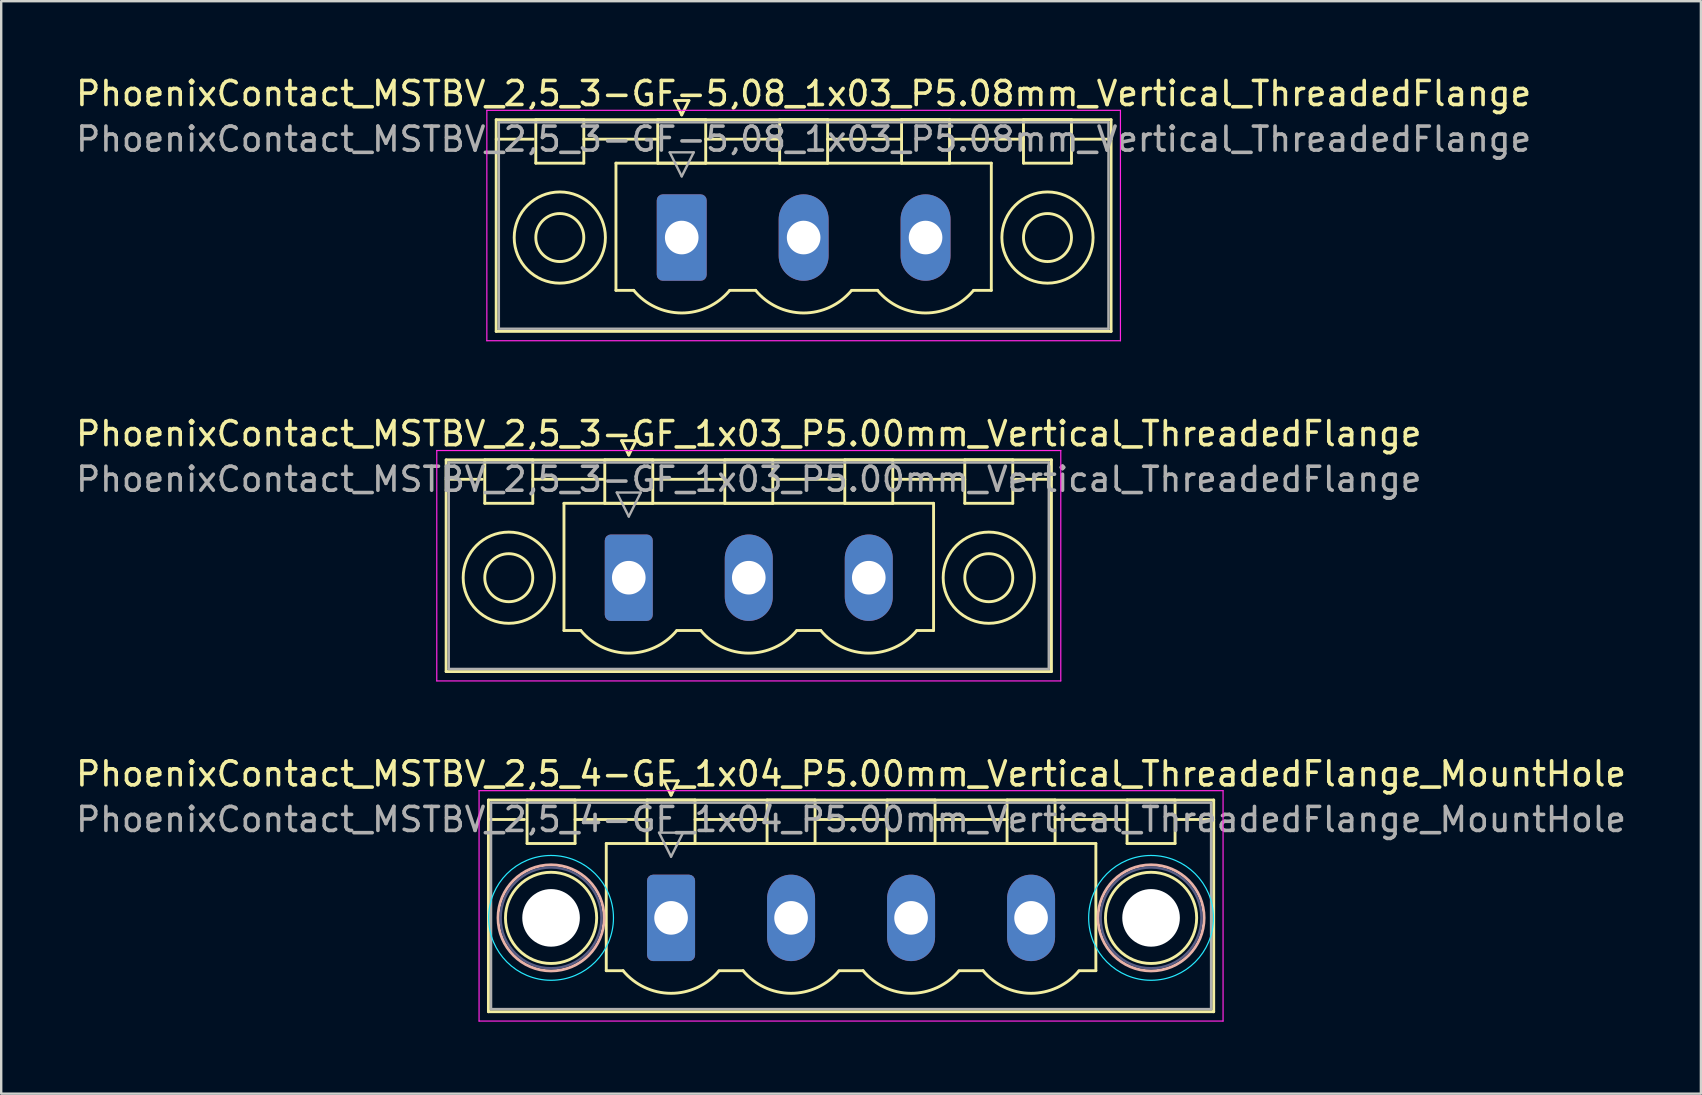
<source format=kicad_pcb>
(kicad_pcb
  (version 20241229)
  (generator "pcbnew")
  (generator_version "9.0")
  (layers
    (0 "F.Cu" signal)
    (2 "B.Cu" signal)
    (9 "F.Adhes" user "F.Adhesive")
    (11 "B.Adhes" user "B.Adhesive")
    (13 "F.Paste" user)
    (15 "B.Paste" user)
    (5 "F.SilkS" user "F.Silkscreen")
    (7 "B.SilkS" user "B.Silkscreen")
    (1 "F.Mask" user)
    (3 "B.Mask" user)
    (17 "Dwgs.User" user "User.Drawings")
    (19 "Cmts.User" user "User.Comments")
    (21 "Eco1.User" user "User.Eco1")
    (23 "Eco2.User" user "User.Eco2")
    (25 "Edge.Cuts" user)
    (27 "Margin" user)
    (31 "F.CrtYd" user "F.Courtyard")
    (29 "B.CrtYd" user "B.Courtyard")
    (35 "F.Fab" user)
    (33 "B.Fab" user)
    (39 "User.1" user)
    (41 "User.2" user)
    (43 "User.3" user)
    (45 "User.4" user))
  (footprint "PhoenixContact_MSTBV_2,5_3-GF-5,08_1x03_P5.08mm_Vertical_ThreadedFlange"
    (layer "F.Cu")
    (at 25.355 6.848)
    (property "Reference" "PhoenixContact_MSTBV_2,5_3-GF-5,08_1x03_P5.08mm_Vertical_ThreadedFlange" (at 5.08 -6 0) (layer "F.SilkS") (effects (font (size 1 1) (thickness 0.15))))
    (attr through_hole)
    (fp_line (start -7.73 -4.91) (end -7.73 3.91) (stroke (width 0.12) (type solid)) (layer "F.SilkS"))
    (fp_line (start -7.73 -4.1) (end -6.19 -4.1) (stroke (width 0.12) (type solid)) (layer "F.SilkS"))
    (fp_line (start -7.73 3.91) (end 17.89 3.91) (stroke (width 0.12) (type solid)) (layer "F.SilkS"))
    (fp_line (start -6.08 -4.91) (end -4.08 -4.91) (stroke (width 0.12) (type solid)) (layer "F.SilkS"))
    (fp_line (start -6.08 -3.1) (end -6.08 -4.91) (stroke (width 0.12) (type solid)) (layer "F.SilkS"))
    (fp_line (start -4.08 -4.91) (end -4.08 -3.1) (stroke (width 0.12) (type solid)) (layer "F.SilkS"))
    (fp_line (start -4.08 -4.1) (end -1 -4.1) (stroke (width 0.12) (type solid)) (layer "F.SilkS"))
    (fp_line (start -4.08 -3.1) (end -6.08 -3.1) (stroke (width 0.12) (type solid)) (layer "F.SilkS"))
    (fp_line (start -2.74 -3.1) (end 12.9 -3.1) (stroke (width 0.12) (type solid)) (layer "F.SilkS"))
    (fp_line (start -2.74 2.2) (end -2.74 -3.1) (stroke (width 0.12) (type solid)) (layer "F.SilkS"))
    (fp_line (start -2 2.2) (end -2.74 2.2) (stroke (width 0.12) (type solid)) (layer "F.SilkS"))
    (fp_line (start -1 -4.91) (end 1 -4.91) (stroke (width 0.12) (type solid)) (layer "F.SilkS"))
    (fp_line (start -1 -3.1) (end -1 -4.91) (stroke (width 0.12) (type solid)) (layer "F.SilkS"))
    (fp_line (start -0.3 -5.71) (end 0.3 -5.71) (stroke (width 0.12) (type solid)) (layer "F.SilkS"))
    (fp_line (start 0 -5.11) (end -0.3 -5.71) (stroke (width 0.12) (type solid)) (layer "F.SilkS"))
    (fp_line (start 0.3 -5.71) (end 0 -5.11) (stroke (width 0.12) (type solid)) (layer "F.SilkS"))
    (fp_line (start 1 -4.91) (end 1 -3.1) (stroke (width 0.12) (type solid)) (layer "F.SilkS"))
    (fp_line (start 1 -4.1) (end 4.08 -4.1) (stroke (width 0.12) (type solid)) (layer "F.SilkS"))
    (fp_line (start 1 -3.1) (end -1 -3.1) (stroke (width 0.12) (type solid)) (layer "F.SilkS"))
    (fp_line (start 2 2.2) (end 3.08 2.2) (stroke (width 0.12) (type solid)) (layer "F.SilkS"))
    (fp_line (start 4.08 -4.91) (end 6.08 -4.91) (stroke (width 0.12) (type solid)) (layer "F.SilkS"))
    (fp_line (start 4.08 -3.1) (end 4.08 -4.91) (stroke (width 0.12) (type solid)) (layer "F.SilkS"))
    (fp_line (start 6.08 -4.91) (end 6.08 -3.1) (stroke (width 0.12) (type solid)) (layer "F.SilkS"))
    (fp_line (start 6.08 -4.1) (end 9.16 -4.1) (stroke (width 0.12) (type solid)) (layer "F.SilkS"))
    (fp_line (start 6.08 -3.1) (end 4.08 -3.1) (stroke (width 0.12) (type solid)) (layer "F.SilkS"))
    (fp_line (start 7.08 2.2) (end 8.16 2.2) (stroke (width 0.12) (type solid)) (layer "F.SilkS"))
    (fp_line (start 9.16 -4.91) (end 11.16 -4.91) (stroke (width 0.12) (type solid)) (layer "F.SilkS"))
    (fp_line (start 9.16 -3.1) (end 9.16 -4.91) (stroke (width 0.12) (type solid)) (layer "F.SilkS"))
    (fp_line (start 11.16 -4.91) (end 11.16 -3.1) (stroke (width 0.12) (type solid)) (layer "F.SilkS"))
    (fp_line (start 11.16 -4.1) (end 14.24 -4.1) (stroke (width 0.12) (type solid)) (layer "F.SilkS"))
    (fp_line (start 11.16 -3.1) (end 9.16 -3.1) (stroke (width 0.12) (type solid)) (layer "F.SilkS"))
    (fp_line (start 12.9 -3.1) (end 12.9 2.2) (stroke (width 0.12) (type solid)) (layer "F.SilkS"))
    (fp_line (start 12.9 2.2) (end 12.16 2.2) (stroke (width 0.12) (type solid)) (layer "F.SilkS"))
    (fp_line (start 14.24 -4.91) (end 16.24 -4.91) (stroke (width 0.12) (type solid)) (layer "F.SilkS"))
    (fp_line (start 14.24 -3.1) (end 14.24 -4.91) (stroke (width 0.12) (type solid)) (layer "F.SilkS"))
    (fp_line (start 16.24 -4.91) (end 16.24 -3.1) (stroke (width 0.12) (type solid)) (layer "F.SilkS"))
    (fp_line (start 16.24 -3.1) (end 14.24 -3.1) (stroke (width 0.12) (type solid)) (layer "F.SilkS"))
    (fp_line (start 17.89 -4.91) (end -7.73 -4.91) (stroke (width 0.12) (type solid)) (layer "F.SilkS"))
    (fp_line (start 17.89 -4.1) (end 16.35 -4.1) (stroke (width 0.12) (type solid)) (layer "F.SilkS"))
    (fp_line (start 17.89 3.91) (end 17.89 -4.91) (stroke (width 0.12) (type solid)) (layer "F.SilkS"))
    (fp_arc (start 1.986842 2.215821) (mid -0.010289 3.142758) (end -2 2.2) (stroke (width 0.12) (type solid)) (layer "F.SilkS"))
    (fp_arc (start 7.066842 2.215821) (mid 5.069711 3.142758) (end 3.08 2.2) (stroke (width 0.12) (type solid)) (layer "F.SilkS"))
    (fp_arc (start 12.146842 2.215821) (mid 10.149711 3.142758) (end 8.16 2.2) (stroke (width 0.12) (type solid)) (layer "F.SilkS"))
    (fp_circle (center -5.08 0) (end -4.08 0) (stroke (width 0.12) (type solid)) (fill no) (layer "F.SilkS"))
    (fp_circle (center -5.08 0) (end -3.18 0) (stroke (width 0.12) (type solid)) (fill no) (layer "F.SilkS"))
    (fp_circle (center 15.24 0) (end 16.24 0) (stroke (width 0.12) (type solid)) (fill no) (layer "F.SilkS"))
    (fp_circle (center 15.24 0) (end 17.14 0) (stroke (width 0.12) (type solid)) (fill no) (layer "F.SilkS"))
    (fp_line (start -8.12 -5.3) (end -8.12 4.3) (stroke (width 0.05) (type solid)) (layer "F.CrtYd"))
    (fp_line (start -8.12 4.3) (end 18.28 4.3) (stroke (width 0.05) (type solid)) (layer "F.CrtYd"))
    (fp_line (start 18.28 -5.3) (end -8.12 -5.3) (stroke (width 0.05) (type solid)) (layer "F.CrtYd"))
    (fp_line (start 18.28 4.3) (end 18.28 -5.3) (stroke (width 0.05) (type solid)) (layer "F.CrtYd"))
    (fp_line (start -7.62 -4.8) (end -7.62 3.8) (stroke (width 0.1) (type solid)) (layer "F.Fab"))
    (fp_line (start -7.62 3.8) (end 17.78 3.8) (stroke (width 0.1) (type solid)) (layer "F.Fab"))
    (fp_line (start -0.5 -3.55) (end 0.5 -3.55) (stroke (width 0.1) (type solid)) (layer "F.Fab"))
    (fp_line (start 0 -2.55) (end -0.5 -3.55) (stroke (width 0.1) (type solid)) (layer "F.Fab"))
    (fp_line (start 0.5 -3.55) (end 0 -2.55) (stroke (width 0.1) (type solid)) (layer "F.Fab"))
    (fp_line (start 17.78 -4.8) (end -7.62 -4.8) (stroke (width 0.1) (type solid)) (layer "F.Fab"))
    (fp_line (start 17.78 3.8) (end 17.78 -4.8) (stroke (width 0.1) (type solid)) (layer "F.Fab"))
    (fp_text user "${REFERENCE}" (at 5.08 -4.1 0) (layer "F.Fab") (effects (font (size 1 1) (thickness 0.15))))
    (pad "1" thru_hole roundrect (at 0 0) (size 2.08 3.6) (drill 1.4) (layers "*.Cu" "*.Mask") (roundrect_rratio 0.12))
    (pad "2" thru_hole oval (at 5.08 0) (size 2.08 3.6) (drill 1.4) (layers "*.Cu" "*.Mask"))
    (pad "3" thru_hole oval (at 10.16 0) (size 2.08 3.6) (drill 1.4) (layers "*.Cu" "*.Mask")))
  (footprint "PhoenixContact_MSTBV_2,5_3-GF_1x03_P5.00mm_Vertical_ThreadedFlange"
    (layer "F.Cu")
    (at 23.149 21.021)
    (property "Reference" "PhoenixContact_MSTBV_2,5_3-GF_1x03_P5.00mm_Vertical_ThreadedFlange" (at 5 -6 0) (layer "F.SilkS") (effects (font (size 1 1) (thickness 0.15))))
    (attr through_hole)
    (fp_line (start -7.61 -4.91) (end -7.61 3.91) (stroke (width 0.12) (type solid)) (layer "F.SilkS"))
    (fp_line (start -7.61 -4.1) (end -6.11 -4.1) (stroke (width 0.12) (type solid)) (layer "F.SilkS"))
    (fp_line (start -7.61 3.91) (end 17.61 3.91) (stroke (width 0.12) (type solid)) (layer "F.SilkS"))
    (fp_line (start -6 -4.91) (end -4 -4.91) (stroke (width 0.12) (type solid)) (layer "F.SilkS"))
    (fp_line (start -6 -3.1) (end -6 -4.91) (stroke (width 0.12) (type solid)) (layer "F.SilkS"))
    (fp_line (start -4 -4.91) (end -4 -3.1) (stroke (width 0.12) (type solid)) (layer "F.SilkS"))
    (fp_line (start -4 -4.1) (end -1 -4.1) (stroke (width 0.12) (type solid)) (layer "F.SilkS"))
    (fp_line (start -4 -3.1) (end -6 -3.1) (stroke (width 0.12) (type solid)) (layer "F.SilkS"))
    (fp_line (start -2.7 -3.1) (end 12.7 -3.1) (stroke (width 0.12) (type solid)) (layer "F.SilkS"))
    (fp_line (start -2.7 2.2) (end -2.7 -3.1) (stroke (width 0.12) (type solid)) (layer "F.SilkS"))
    (fp_line (start -2 2.2) (end -2.7 2.2) (stroke (width 0.12) (type solid)) (layer "F.SilkS"))
    (fp_line (start -1 -4.91) (end 1 -4.91) (stroke (width 0.12) (type solid)) (layer "F.SilkS"))
    (fp_line (start -1 -3.1) (end -1 -4.91) (stroke (width 0.12) (type solid)) (layer "F.SilkS"))
    (fp_line (start -0.3 -5.71) (end 0.3 -5.71) (stroke (width 0.12) (type solid)) (layer "F.SilkS"))
    (fp_line (start 0 -5.11) (end -0.3 -5.71) (stroke (width 0.12) (type solid)) (layer "F.SilkS"))
    (fp_line (start 0.3 -5.71) (end 0 -5.11) (stroke (width 0.12) (type solid)) (layer "F.SilkS"))
    (fp_line (start 1 -4.91) (end 1 -3.1) (stroke (width 0.12) (type solid)) (layer "F.SilkS"))
    (fp_line (start 1 -4.1) (end 4 -4.1) (stroke (width 0.12) (type solid)) (layer "F.SilkS"))
    (fp_line (start 1 -3.1) (end -1 -3.1) (stroke (width 0.12) (type solid)) (layer "F.SilkS"))
    (fp_line (start 2 2.2) (end 3 2.2) (stroke (width 0.12) (type solid)) (layer "F.SilkS"))
    (fp_line (start 4 -4.91) (end 6 -4.91) (stroke (width 0.12) (type solid)) (layer "F.SilkS"))
    (fp_line (start 4 -3.1) (end 4 -4.91) (stroke (width 0.12) (type solid)) (layer "F.SilkS"))
    (fp_line (start 6 -4.91) (end 6 -3.1) (stroke (width 0.12) (type solid)) (layer "F.SilkS"))
    (fp_line (start 6 -4.1) (end 9 -4.1) (stroke (width 0.12) (type solid)) (layer "F.SilkS"))
    (fp_line (start 6 -3.1) (end 4 -3.1) (stroke (width 0.12) (type solid)) (layer "F.SilkS"))
    (fp_line (start 7 2.2) (end 8 2.2) (stroke (width 0.12) (type solid)) (layer "F.SilkS"))
    (fp_line (start 9 -4.91) (end 11 -4.91) (stroke (width 0.12) (type solid)) (layer "F.SilkS"))
    (fp_line (start 9 -3.1) (end 9 -4.91) (stroke (width 0.12) (type solid)) (layer "F.SilkS"))
    (fp_line (start 11 -4.91) (end 11 -3.1) (stroke (width 0.12) (type solid)) (layer "F.SilkS"))
    (fp_line (start 11 -4.1) (end 14 -4.1) (stroke (width 0.12) (type solid)) (layer "F.SilkS"))
    (fp_line (start 11 -3.1) (end 9 -3.1) (stroke (width 0.12) (type solid)) (layer "F.SilkS"))
    (fp_line (start 12.7 -3.1) (end 12.7 2.2) (stroke (width 0.12) (type solid)) (layer "F.SilkS"))
    (fp_line (start 12.7 2.2) (end 12 2.2) (stroke (width 0.12) (type solid)) (layer "F.SilkS"))
    (fp_line (start 14 -4.91) (end 16 -4.91) (stroke (width 0.12) (type solid)) (layer "F.SilkS"))
    (fp_line (start 14 -3.1) (end 14 -4.91) (stroke (width 0.12) (type solid)) (layer "F.SilkS"))
    (fp_line (start 16 -4.91) (end 16 -3.1) (stroke (width 0.12) (type solid)) (layer "F.SilkS"))
    (fp_line (start 16 -3.1) (end 14 -3.1) (stroke (width 0.12) (type solid)) (layer "F.SilkS"))
    (fp_line (start 17.61 -4.91) (end -7.61 -4.91) (stroke (width 0.12) (type solid)) (layer "F.SilkS"))
    (fp_line (start 17.61 -4.1) (end 16.11 -4.1) (stroke (width 0.12) (type solid)) (layer "F.SilkS"))
    (fp_line (start 17.61 3.91) (end 17.61 -4.91) (stroke (width 0.12) (type solid)) (layer "F.SilkS"))
    (fp_arc (start 1.986842 2.215821) (mid -0.010289 3.142758) (end -2 2.2) (stroke (width 0.12) (type solid)) (layer "F.SilkS"))
    (fp_arc (start 6.986842 2.215821) (mid 4.989711 3.142758) (end 3 2.2) (stroke (width 0.12) (type solid)) (layer "F.SilkS"))
    (fp_arc (start 11.986842 2.215821) (mid 9.989711 3.142758) (end 8 2.2) (stroke (width 0.12) (type solid)) (layer "F.SilkS"))
    (fp_circle (center -5 0) (end -4 0) (stroke (width 0.12) (type solid)) (fill no) (layer "F.SilkS"))
    (fp_circle (center -5 0) (end -3.1 0) (stroke (width 0.12) (type solid)) (fill no) (layer "F.SilkS"))
    (fp_circle (center 15 0) (end 16 0) (stroke (width 0.12) (type solid)) (fill no) (layer "F.SilkS"))
    (fp_circle (center 15 0) (end 16.9 0) (stroke (width 0.12) (type solid)) (fill no) (layer "F.SilkS"))
    (fp_line (start -8 -5.3) (end -8 4.3) (stroke (width 0.05) (type solid)) (layer "F.CrtYd"))
    (fp_line (start -8 4.3) (end 18 4.3) (stroke (width 0.05) (type solid)) (layer "F.CrtYd"))
    (fp_line (start 18 -5.3) (end -8 -5.3) (stroke (width 0.05) (type solid)) (layer "F.CrtYd"))
    (fp_line (start 18 4.3) (end 18 -5.3) (stroke (width 0.05) (type solid)) (layer "F.CrtYd"))
    (fp_line (start -7.5 -4.8) (end -7.5 3.8) (stroke (width 0.1) (type solid)) (layer "F.Fab"))
    (fp_line (start -7.5 3.8) (end 17.5 3.8) (stroke (width 0.1) (type solid)) (layer "F.Fab"))
    (fp_line (start -0.5 -3.55) (end 0.5 -3.55) (stroke (width 0.1) (type solid)) (layer "F.Fab"))
    (fp_line (start 0 -2.55) (end -0.5 -3.55) (stroke (width 0.1) (type solid)) (layer "F.Fab"))
    (fp_line (start 0.5 -3.55) (end 0 -2.55) (stroke (width 0.1) (type solid)) (layer "F.Fab"))
    (fp_line (start 17.5 -4.8) (end -7.5 -4.8) (stroke (width 0.1) (type solid)) (layer "F.Fab"))
    (fp_line (start 17.5 3.8) (end 17.5 -4.8) (stroke (width 0.1) (type solid)) (layer "F.Fab"))
    (fp_text user "${REFERENCE}" (at 5 -4.1 0) (layer "F.Fab") (effects (font (size 1 1) (thickness 0.15))))
    (pad "1" thru_hole roundrect (at 0 0) (size 2 3.6) (drill 1.4) (layers "*.Cu" "*.Mask") (roundrect_rratio 0.125))
    (pad "2" thru_hole oval (at 5 0) (size 2 3.6) (drill 1.4) (layers "*.Cu" "*.Mask"))
    (pad "3" thru_hole oval (at 10 0) (size 2 3.6) (drill 1.4) (layers "*.Cu" "*.Mask")))
  (footprint "PhoenixContact_MSTBV_2,5_4-GF_1x04_P5.00mm_Vertical_ThreadedFlange_MountHole"
    (layer "F.Cu")
    (at 24.911 35.195)
    (property "Reference" "PhoenixContact_MSTBV_2,5_4-GF_1x04_P5.00mm_Vertical_ThreadedFlange_MountHole" (at 7.5 -6 0) (layer "F.SilkS") (effects (font (size 1 1) (thickness 0.15))))
    (attr through_hole)
    (fp_line (start -7.61 -4.91) (end -7.61 3.91) (stroke (width 0.12) (type solid)) (layer "F.SilkS"))
    (fp_line (start -7.61 -4.1) (end -6.11 -4.1) (stroke (width 0.12) (type solid)) (layer "F.SilkS"))
    (fp_line (start -7.61 3.91) (end 22.61 3.91) (stroke (width 0.12) (type solid)) (layer "F.SilkS"))
    (fp_line (start -6 -4.91) (end -4 -4.91) (stroke (width 0.12) (type solid)) (layer "F.SilkS"))
    (fp_line (start -6 -3.1) (end -6 -4.91) (stroke (width 0.12) (type solid)) (layer "F.SilkS"))
    (fp_line (start -4 -4.91) (end -4 -3.1) (stroke (width 0.12) (type solid)) (layer "F.SilkS"))
    (fp_line (start -4 -4.1) (end -1 -4.1) (stroke (width 0.12) (type solid)) (layer "F.SilkS"))
    (fp_line (start -4 -3.1) (end -6 -3.1) (stroke (width 0.12) (type solid)) (layer "F.SilkS"))
    (fp_line (start -2.7 -3.1) (end 17.7 -3.1) (stroke (width 0.12) (type solid)) (layer "F.SilkS"))
    (fp_line (start -2.7 2.2) (end -2.7 -3.1) (stroke (width 0.12) (type solid)) (layer "F.SilkS"))
    (fp_line (start -2 2.2) (end -2.7 2.2) (stroke (width 0.12) (type solid)) (layer "F.SilkS"))
    (fp_line (start -1 -4.91) (end 1 -4.91) (stroke (width 0.12) (type solid)) (layer "F.SilkS"))
    (fp_line (start -1 -3.1) (end -1 -4.91) (stroke (width 0.12) (type solid)) (layer "F.SilkS"))
    (fp_line (start -0.3 -5.71) (end 0.3 -5.71) (stroke (width 0.12) (type solid)) (layer "F.SilkS"))
    (fp_line (start 0 -5.11) (end -0.3 -5.71) (stroke (width 0.12) (type solid)) (layer "F.SilkS"))
    (fp_line (start 0.3 -5.71) (end 0 -5.11) (stroke (width 0.12) (type solid)) (layer "F.SilkS"))
    (fp_line (start 1 -4.91) (end 1 -3.1) (stroke (width 0.12) (type solid)) (layer "F.SilkS"))
    (fp_line (start 1 -4.1) (end 4 -4.1) (stroke (width 0.12) (type solid)) (layer "F.SilkS"))
    (fp_line (start 1 -3.1) (end -1 -3.1) (stroke (width 0.12) (type solid)) (layer "F.SilkS"))
    (fp_line (start 2 2.2) (end 3 2.2) (stroke (width 0.12) (type solid)) (layer "F.SilkS"))
    (fp_line (start 4 -4.91) (end 6 -4.91) (stroke (width 0.12) (type solid)) (layer "F.SilkS"))
    (fp_line (start 4 -3.1) (end 4 -4.91) (stroke (width 0.12) (type solid)) (layer "F.SilkS"))
    (fp_line (start 6 -4.91) (end 6 -3.1) (stroke (width 0.12) (type solid)) (layer "F.SilkS"))
    (fp_line (start 6 -4.1) (end 9 -4.1) (stroke (width 0.12) (type solid)) (layer "F.SilkS"))
    (fp_line (start 6 -3.1) (end 4 -3.1) (stroke (width 0.12) (type solid)) (layer "F.SilkS"))
    (fp_line (start 7 2.2) (end 8 2.2) (stroke (width 0.12) (type solid)) (layer "F.SilkS"))
    (fp_line (start 9 -4.91) (end 11 -4.91) (stroke (width 0.12) (type solid)) (layer "F.SilkS"))
    (fp_line (start 9 -3.1) (end 9 -4.91) (stroke (width 0.12) (type solid)) (layer "F.SilkS"))
    (fp_line (start 11 -4.91) (end 11 -3.1) (stroke (width 0.12) (type solid)) (layer "F.SilkS"))
    (fp_line (start 11 -4.1) (end 14 -4.1) (stroke (width 0.12) (type solid)) (layer "F.SilkS"))
    (fp_line (start 11 -3.1) (end 9 -3.1) (stroke (width 0.12) (type solid)) (layer "F.SilkS"))
    (fp_line (start 12 2.2) (end 13 2.2) (stroke (width 0.12) (type solid)) (layer "F.SilkS"))
    (fp_line (start 14 -4.91) (end 16 -4.91) (stroke (width 0.12) (type solid)) (layer "F.SilkS"))
    (fp_line (start 14 -3.1) (end 14 -4.91) (stroke (width 0.12) (type solid)) (layer "F.SilkS"))
    (fp_line (start 16 -4.91) (end 16 -3.1) (stroke (width 0.12) (type solid)) (layer "F.SilkS"))
    (fp_line (start 16 -4.1) (end 19 -4.1) (stroke (width 0.12) (type solid)) (layer "F.SilkS"))
    (fp_line (start 16 -3.1) (end 14 -3.1) (stroke (width 0.12) (type solid)) (layer "F.SilkS"))
    (fp_line (start 17.7 -3.1) (end 17.7 2.2) (stroke (width 0.12) (type solid)) (layer "F.SilkS"))
    (fp_line (start 17.7 2.2) (end 17 2.2) (stroke (width 0.12) (type solid)) (layer "F.SilkS"))
    (fp_line (start 19 -4.91) (end 21 -4.91) (stroke (width 0.12) (type solid)) (layer "F.SilkS"))
    (fp_line (start 19 -3.1) (end 19 -4.91) (stroke (width 0.12) (type solid)) (layer "F.SilkS"))
    (fp_line (start 21 -4.91) (end 21 -3.1) (stroke (width 0.12) (type solid)) (layer "F.SilkS"))
    (fp_line (start 21 -3.1) (end 19 -3.1) (stroke (width 0.12) (type solid)) (layer "F.SilkS"))
    (fp_line (start 22.61 -4.91) (end -7.61 -4.91) (stroke (width 0.12) (type solid)) (layer "F.SilkS"))
    (fp_line (start 22.61 -4.1) (end 21.11 -4.1) (stroke (width 0.12) (type solid)) (layer "F.SilkS"))
    (fp_line (start 22.61 3.91) (end 22.61 -4.91) (stroke (width 0.12) (type solid)) (layer "F.SilkS"))
    (fp_arc (start 1.986842 2.215821) (mid -0.010289 3.142758) (end -2 2.2) (stroke (width 0.12) (type solid)) (layer "F.SilkS"))
    (fp_arc (start 6.986842 2.215821) (mid 4.989711 3.142758) (end 3 2.2) (stroke (width 0.12) (type solid)) (layer "F.SilkS"))
    (fp_arc (start 11.986842 2.215821) (mid 9.989711 3.142758) (end 8 2.2) (stroke (width 0.12) (type solid)) (layer "F.SilkS"))
    (fp_arc (start 16.986842 2.215821) (mid 14.989711 3.142758) (end 13 2.2) (stroke (width 0.12) (type solid)) (layer "F.SilkS"))
    (fp_circle (center -5 0) (end -3.1 0) (stroke (width 0.12) (type solid)) (fill no) (layer "F.SilkS"))
    (fp_circle (center 20 0) (end 21.9 0) (stroke (width 0.12) (type solid)) (fill no) (layer "F.SilkS"))
    (fp_circle (center -5 0) (end -2.79 0) (stroke (width 0.12) (type solid)) (fill no) (layer "B.SilkS"))
    (fp_circle (center 20 0) (end 22.21 0) (stroke (width 0.12) (type solid)) (fill no) (layer "B.SilkS"))
    (fp_circle (center -5 0) (end -2.4 0) (stroke (width 0.05) (type solid)) (fill no) (layer "B.CrtYd"))
    (fp_circle (center 20 0) (end 22.6 0) (stroke (width 0.05) (type solid)) (fill no) (layer "B.CrtYd"))
    (fp_line (start -8 -5.3) (end -8 4.3) (stroke (width 0.05) (type solid)) (layer "F.CrtYd"))
    (fp_line (start -8 4.3) (end 23 4.3) (stroke (width 0.05) (type solid)) (layer "F.CrtYd"))
    (fp_line (start 23 -5.3) (end -8 -5.3) (stroke (width 0.05) (type solid)) (layer "F.CrtYd"))
    (fp_line (start 23 4.3) (end 23 -5.3) (stroke (width 0.05) (type solid)) (layer "F.CrtYd"))
    (fp_circle (center -5 0) (end -2.9 0) (stroke (width 0.1) (type solid)) (fill no) (layer "B.Fab"))
    (fp_circle (center 20 0) (end 22.1 0) (stroke (width 0.1) (type solid)) (fill no) (layer "B.Fab"))
    (fp_line (start -7.5 -4.8) (end -7.5 3.8) (stroke (width 0.1) (type solid)) (layer "F.Fab"))
    (fp_line (start -7.5 3.8) (end 22.5 3.8) (stroke (width 0.1) (type solid)) (layer "F.Fab"))
    (fp_line (start -0.5 -3.55) (end 0.5 -3.55) (stroke (width 0.1) (type solid)) (layer "F.Fab"))
    (fp_line (start 0 -2.55) (end -0.5 -3.55) (stroke (width 0.1) (type solid)) (layer "F.Fab"))
    (fp_line (start 0.5 -3.55) (end 0 -2.55) (stroke (width 0.1) (type solid)) (layer "F.Fab"))
    (fp_line (start 22.5 -4.8) (end -7.5 -4.8) (stroke (width 0.1) (type solid)) (layer "F.Fab"))
    (fp_line (start 22.5 3.8) (end 22.5 -4.8) (stroke (width 0.1) (type solid)) (layer "F.Fab"))
    (fp_text user "${REFERENCE}" (at 7.5 -4.1 0) (layer "F.Fab") (effects (font (size 1 1) (thickness 0.15))))
    (pad "" np_thru_hole circle (at -5 0) (size 2.4 2.4) (drill 2.4) (layers "*.Cu" "*.Mask"))
    (pad "" np_thru_hole circle (at 20 0) (size 2.4 2.4) (drill 2.4) (layers "*.Cu" "*.Mask"))
    (pad "1" thru_hole roundrect (at 0 0) (size 2 3.6) (drill 1.4) (layers "*.Cu" "*.Mask") (roundrect_rratio 0.125))
    (pad "2" thru_hole oval (at 5 0) (size 2 3.6) (drill 1.4) (layers "*.Cu" "*.Mask"))
    (pad "3" thru_hole oval (at 10 0) (size 2 3.6) (drill 1.4) (layers "*.Cu" "*.Mask"))
    (pad "4" thru_hole oval (at 15 0) (size 2 3.6) (drill 1.4) (layers "*.Cu" "*.Mask")))
  (gr_rect
    (start -3 -3)
    (end 67.821 42.52)
    (stroke (width 0.1) (type default))
    (fill no)
    (layer "Edge.Cuts")))
</source>
